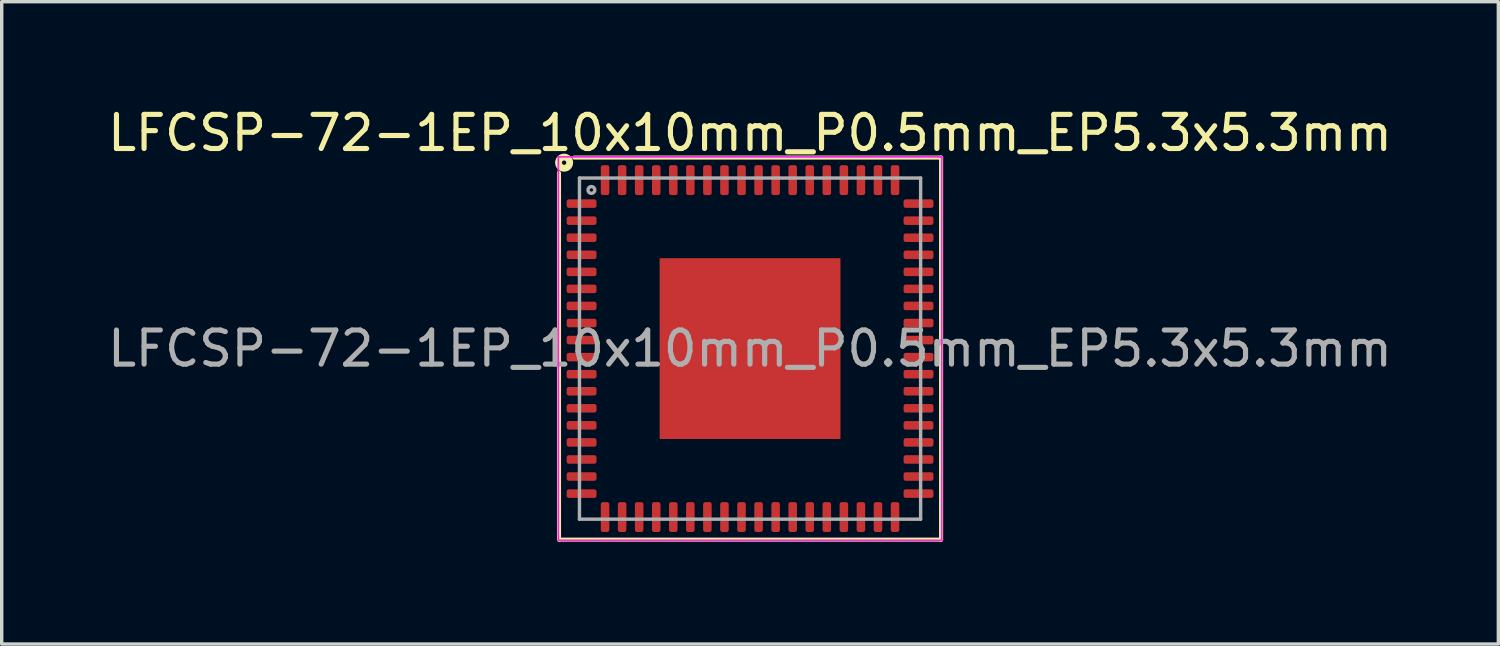
<source format=kicad_pcb>
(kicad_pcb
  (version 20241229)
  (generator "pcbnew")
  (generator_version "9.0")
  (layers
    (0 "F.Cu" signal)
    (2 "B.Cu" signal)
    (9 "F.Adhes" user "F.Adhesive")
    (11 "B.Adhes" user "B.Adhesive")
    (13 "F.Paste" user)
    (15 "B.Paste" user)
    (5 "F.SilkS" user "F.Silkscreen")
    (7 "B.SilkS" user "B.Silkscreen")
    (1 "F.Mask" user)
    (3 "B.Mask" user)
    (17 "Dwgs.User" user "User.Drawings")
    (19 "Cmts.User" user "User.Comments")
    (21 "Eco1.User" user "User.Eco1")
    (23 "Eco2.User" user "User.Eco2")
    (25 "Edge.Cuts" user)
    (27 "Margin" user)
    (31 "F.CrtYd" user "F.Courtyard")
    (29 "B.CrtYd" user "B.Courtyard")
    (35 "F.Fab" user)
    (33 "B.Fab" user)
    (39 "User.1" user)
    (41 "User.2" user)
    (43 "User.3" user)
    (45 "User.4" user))
  (footprint "LFCSP-72-1EP_10x10mm_P0.5mm_EP5.3x5.3mm"
    (layer "F.Cu")
    (at 18.935 7.168)
    (property "Reference" "LFCSP-72-1EP_10x10mm_P0.5mm_EP5.3x5.3mm" (at 0 -6.32 0) (layer "F.SilkS") (effects (font (size 1 1) (thickness 0.15))))
    (attr smd)
    (fp_line (start -5.6 5.6) (end -5.6 -5.15) (stroke (width 0.12) (type solid)) (layer "F.SilkS"))
    (fp_line (start 5.6 -5.6) (end -5.15 -5.6) (stroke (width 0.12) (type solid)) (layer "F.SilkS"))
    (fp_line (start 5.6 -5.6) (end 5.6 5.6) (stroke (width 0.12) (type solid)) (layer "F.SilkS"))
    (fp_line (start 5.6 5.6) (end -5.6 5.6) (stroke (width 0.12) (type solid)) (layer "F.SilkS"))
    (fp_circle (center -5.45 -5.45) (end -5.386 -5.45) (stroke (width 0.2) (type solid)) (fill no) (layer "F.SilkS"))
    (fp_line (start -5.62 -5.62) (end -5.62 5.62) (stroke (width 0.05) (type solid)) (layer "F.CrtYd"))
    (fp_line (start -5.62 5.62) (end 5.62 5.62) (stroke (width 0.05) (type solid)) (layer "F.CrtYd"))
    (fp_line (start 5.62 -5.62) (end -5.62 -5.62) (stroke (width 0.05) (type solid)) (layer "F.CrtYd"))
    (fp_line (start 5.62 5.62) (end 5.62 -5.62) (stroke (width 0.05) (type solid)) (layer "F.CrtYd"))
    (fp_line (start -5 -5) (end 5 -5) (stroke (width 0.1) (type solid)) (layer "F.Fab"))
    (fp_line (start -5 5) (end -5 -5) (stroke (width 0.1) (type solid)) (layer "F.Fab"))
    (fp_line (start 5 -5) (end 5 5) (stroke (width 0.1) (type solid)) (layer "F.Fab"))
    (fp_line (start 5 5) (end -5 5) (stroke (width 0.1) (type solid)) (layer "F.Fab"))
    (fp_circle (center -4.65 -4.65) (end -4.55 -4.65) (stroke (width 0.1) (type solid)) (fill no) (layer "F.Fab"))
    (fp_text user "${REFERENCE}" (at 0 0 0) (layer "F.Fab") (effects (font (size 1 1) (thickness 0.15))))
    (pad "" smd roundrect (at -1.77 -1.77) (size 1.42 1.42) (layers "F.Paste") (roundrect_rratio 0.176))
    (pad "" smd roundrect (at -1.77 0) (size 1.42 1.42) (layers "F.Paste") (roundrect_rratio 0.176))
    (pad "" smd roundrect (at -1.77 1.77) (size 1.42 1.42) (layers "F.Paste") (roundrect_rratio 0.176))
    (pad "" smd roundrect (at 0 -1.77) (size 1.42 1.42) (layers "F.Paste") (roundrect_rratio 0.176))
    (pad "" smd roundrect (at 0 0) (size 1.42 1.42) (layers "F.Paste") (roundrect_rratio 0.176))
    (pad "" smd roundrect (at 0 1.77) (size 1.42 1.42) (layers "F.Paste") (roundrect_rratio 0.176))
    (pad "" smd roundrect (at 1.77 -1.77) (size 1.42 1.42) (layers "F.Paste") (roundrect_rratio 0.176))
    (pad "" smd roundrect (at 1.77 0) (size 1.42 1.42) (layers "F.Paste") (roundrect_rratio 0.176))
    (pad "" smd roundrect (at 1.77 1.77) (size 1.42 1.42) (layers "F.Paste") (roundrect_rratio 0.176))
    (pad "1" smd roundrect (at -4.938 -4.25) (size 0.875 0.25) (layers "F.Cu" "F.Mask" "F.Paste") (roundrect_rratio 0.25))
    (pad "2" smd roundrect (at -4.938 -3.75) (size 0.875 0.25) (layers "F.Cu" "F.Mask" "F.Paste") (roundrect_rratio 0.25))
    (pad "3" smd roundrect (at -4.938 -3.25) (size 0.875 0.25) (layers "F.Cu" "F.Mask" "F.Paste") (roundrect_rratio 0.25))
    (pad "4" smd roundrect (at -4.938 -2.75) (size 0.875 0.25) (layers "F.Cu" "F.Mask" "F.Paste") (roundrect_rratio 0.25))
    (pad "5" smd roundrect (at -4.938 -2.25) (size 0.875 0.25) (layers "F.Cu" "F.Mask" "F.Paste") (roundrect_rratio 0.25))
    (pad "6" smd roundrect (at -4.938 -1.75) (size 0.875 0.25) (layers "F.Cu" "F.Mask" "F.Paste") (roundrect_rratio 0.25))
    (pad "7" smd roundrect (at -4.938 -1.25) (size 0.875 0.25) (layers "F.Cu" "F.Mask" "F.Paste") (roundrect_rratio 0.25))
    (pad "8" smd roundrect (at -4.938 -0.75) (size 0.875 0.25) (layers "F.Cu" "F.Mask" "F.Paste") (roundrect_rratio 0.25))
    (pad "9" smd roundrect (at -4.938 -0.25) (size 0.875 0.25) (layers "F.Cu" "F.Mask" "F.Paste") (roundrect_rratio 0.25))
    (pad "10" smd roundrect (at -4.938 0.25) (size 0.875 0.25) (layers "F.Cu" "F.Mask" "F.Paste") (roundrect_rratio 0.25))
    (pad "11" smd roundrect (at -4.938 0.75) (size 0.875 0.25) (layers "F.Cu" "F.Mask" "F.Paste") (roundrect_rratio 0.25))
    (pad "12" smd roundrect (at -4.938 1.25) (size 0.875 0.25) (layers "F.Cu" "F.Mask" "F.Paste") (roundrect_rratio 0.25))
    (pad "13" smd roundrect (at -4.938 1.75) (size 0.875 0.25) (layers "F.Cu" "F.Mask" "F.Paste") (roundrect_rratio 0.25))
    (pad "14" smd roundrect (at -4.938 2.25) (size 0.875 0.25) (layers "F.Cu" "F.Mask" "F.Paste") (roundrect_rratio 0.25))
    (pad "15" smd roundrect (at -4.938 2.75) (size 0.875 0.25) (layers "F.Cu" "F.Mask" "F.Paste") (roundrect_rratio 0.25))
    (pad "16" smd roundrect (at -4.938 3.25) (size 0.875 0.25) (layers "F.Cu" "F.Mask" "F.Paste") (roundrect_rratio 0.25))
    (pad "17" smd roundrect (at -4.938 3.75) (size 0.875 0.25) (layers "F.Cu" "F.Mask" "F.Paste") (roundrect_rratio 0.25))
    (pad "18" smd roundrect (at -4.938 4.25) (size 0.875 0.25) (layers "F.Cu" "F.Mask" "F.Paste") (roundrect_rratio 0.25))
    (pad "19" smd roundrect (at -4.25 4.938) (size 0.25 0.875) (layers "F.Cu" "F.Mask" "F.Paste") (roundrect_rratio 0.25))
    (pad "20" smd roundrect (at -3.75 4.938) (size 0.25 0.875) (layers "F.Cu" "F.Mask" "F.Paste") (roundrect_rratio 0.25))
    (pad "21" smd roundrect (at -3.25 4.938) (size 0.25 0.875) (layers "F.Cu" "F.Mask" "F.Paste") (roundrect_rratio 0.25))
    (pad "22" smd roundrect (at -2.75 4.938) (size 0.25 0.875) (layers "F.Cu" "F.Mask" "F.Paste") (roundrect_rratio 0.25))
    (pad "23" smd roundrect (at -2.25 4.938) (size 0.25 0.875) (layers "F.Cu" "F.Mask" "F.Paste") (roundrect_rratio 0.25))
    (pad "24" smd roundrect (at -1.75 4.938) (size 0.25 0.875) (layers "F.Cu" "F.Mask" "F.Paste") (roundrect_rratio 0.25))
    (pad "25" smd roundrect (at -1.25 4.938) (size 0.25 0.875) (layers "F.Cu" "F.Mask" "F.Paste") (roundrect_rratio 0.25))
    (pad "26" smd roundrect (at -0.75 4.938) (size 0.25 0.875) (layers "F.Cu" "F.Mask" "F.Paste") (roundrect_rratio 0.25))
    (pad "27" smd roundrect (at -0.25 4.938) (size 0.25 0.875) (layers "F.Cu" "F.Mask" "F.Paste") (roundrect_rratio 0.25))
    (pad "28" smd roundrect (at 0.25 4.938) (size 0.25 0.875) (layers "F.Cu" "F.Mask" "F.Paste") (roundrect_rratio 0.25))
    (pad "29" smd roundrect (at 0.75 4.938) (size 0.25 0.875) (layers "F.Cu" "F.Mask" "F.Paste") (roundrect_rratio 0.25))
    (pad "30" smd roundrect (at 1.25 4.938) (size 0.25 0.875) (layers "F.Cu" "F.Mask" "F.Paste") (roundrect_rratio 0.25))
    (pad "31" smd roundrect (at 1.75 4.938) (size 0.25 0.875) (layers "F.Cu" "F.Mask" "F.Paste") (roundrect_rratio 0.25))
    (pad "32" smd roundrect (at 2.25 4.938) (size 0.25 0.875) (layers "F.Cu" "F.Mask" "F.Paste") (roundrect_rratio 0.25))
    (pad "33" smd roundrect (at 2.75 4.938) (size 0.25 0.875) (layers "F.Cu" "F.Mask" "F.Paste") (roundrect_rratio 0.25))
    (pad "34" smd roundrect (at 3.25 4.938) (size 0.25 0.875) (layers "F.Cu" "F.Mask" "F.Paste") (roundrect_rratio 0.25))
    (pad "35" smd roundrect (at 3.75 4.938) (size 0.25 0.875) (layers "F.Cu" "F.Mask" "F.Paste") (roundrect_rratio 0.25))
    (pad "36" smd roundrect (at 4.25 4.938) (size 0.25 0.875) (layers "F.Cu" "F.Mask" "F.Paste") (roundrect_rratio 0.25))
    (pad "37" smd roundrect (at 4.938 4.25) (size 0.875 0.25) (layers "F.Cu" "F.Mask" "F.Paste") (roundrect_rratio 0.25))
    (pad "38" smd roundrect (at 4.938 3.75) (size 0.875 0.25) (layers "F.Cu" "F.Mask" "F.Paste") (roundrect_rratio 0.25))
    (pad "39" smd roundrect (at 4.938 3.25) (size 0.875 0.25) (layers "F.Cu" "F.Mask" "F.Paste") (roundrect_rratio 0.25))
    (pad "40" smd roundrect (at 4.938 2.75) (size 0.875 0.25) (layers "F.Cu" "F.Mask" "F.Paste") (roundrect_rratio 0.25))
    (pad "41" smd roundrect (at 4.938 2.25) (size 0.875 0.25) (layers "F.Cu" "F.Mask" "F.Paste") (roundrect_rratio 0.25))
    (pad "42" smd roundrect (at 4.938 1.75) (size 0.875 0.25) (layers "F.Cu" "F.Mask" "F.Paste") (roundrect_rratio 0.25))
    (pad "43" smd roundrect (at 4.938 1.25) (size 0.875 0.25) (layers "F.Cu" "F.Mask" "F.Paste") (roundrect_rratio 0.25))
    (pad "44" smd roundrect (at 4.938 0.75) (size 0.875 0.25) (layers "F.Cu" "F.Mask" "F.Paste") (roundrect_rratio 0.25))
    (pad "45" smd roundrect (at 4.938 0.25) (size 0.875 0.25) (layers "F.Cu" "F.Mask" "F.Paste") (roundrect_rratio 0.25))
    (pad "46" smd roundrect (at 4.938 -0.25) (size 0.875 0.25) (layers "F.Cu" "F.Mask" "F.Paste") (roundrect_rratio 0.25))
    (pad "47" smd roundrect (at 4.938 -0.75) (size 0.875 0.25) (layers "F.Cu" "F.Mask" "F.Paste") (roundrect_rratio 0.25))
    (pad "48" smd roundrect (at 4.938 -1.25) (size 0.875 0.25) (layers "F.Cu" "F.Mask" "F.Paste") (roundrect_rratio 0.25))
    (pad "49" smd roundrect (at 4.938 -1.75) (size 0.875 0.25) (layers "F.Cu" "F.Mask" "F.Paste") (roundrect_rratio 0.25))
    (pad "50" smd roundrect (at 4.938 -2.25) (size 0.875 0.25) (layers "F.Cu" "F.Mask" "F.Paste") (roundrect_rratio 0.25))
    (pad "51" smd roundrect (at 4.938 -2.75) (size 0.875 0.25) (layers "F.Cu" "F.Mask" "F.Paste") (roundrect_rratio 0.25))
    (pad "52" smd roundrect (at 4.938 -3.25) (size 0.875 0.25) (layers "F.Cu" "F.Mask" "F.Paste") (roundrect_rratio 0.25))
    (pad "53" smd roundrect (at 4.938 -3.75) (size 0.875 0.25) (layers "F.Cu" "F.Mask" "F.Paste") (roundrect_rratio 0.25))
    (pad "54" smd roundrect (at 4.938 -4.25) (size 0.875 0.25) (layers "F.Cu" "F.Mask" "F.Paste") (roundrect_rratio 0.25))
    (pad "55" smd roundrect (at 4.25 -4.938) (size 0.25 0.875) (layers "F.Cu" "F.Mask" "F.Paste") (roundrect_rratio 0.25))
    (pad "56" smd roundrect (at 3.75 -4.938) (size 0.25 0.875) (layers "F.Cu" "F.Mask" "F.Paste") (roundrect_rratio 0.25))
    (pad "57" smd roundrect (at 3.25 -4.938) (size 0.25 0.875) (layers "F.Cu" "F.Mask" "F.Paste") (roundrect_rratio 0.25))
    (pad "58" smd roundrect (at 2.75 -4.938) (size 0.25 0.875) (layers "F.Cu" "F.Mask" "F.Paste") (roundrect_rratio 0.25))
    (pad "59" smd roundrect (at 2.25 -4.938) (size 0.25 0.875) (layers "F.Cu" "F.Mask" "F.Paste") (roundrect_rratio 0.25))
    (pad "60" smd roundrect (at 1.75 -4.938) (size 0.25 0.875) (layers "F.Cu" "F.Mask" "F.Paste") (roundrect_rratio 0.25))
    (pad "61" smd roundrect (at 1.25 -4.938) (size 0.25 0.875) (layers "F.Cu" "F.Mask" "F.Paste") (roundrect_rratio 0.25))
    (pad "62" smd roundrect (at 0.75 -4.938) (size 0.25 0.875) (layers "F.Cu" "F.Mask" "F.Paste") (roundrect_rratio 0.25))
    (pad "63" smd roundrect (at 0.25 -4.938) (size 0.25 0.875) (layers "F.Cu" "F.Mask" "F.Paste") (roundrect_rratio 0.25))
    (pad "64" smd roundrect (at -0.25 -4.938) (size 0.25 0.875) (layers "F.Cu" "F.Mask" "F.Paste") (roundrect_rratio 0.25))
    (pad "65" smd roundrect (at -0.75 -4.938) (size 0.25 0.875) (layers "F.Cu" "F.Mask" "F.Paste") (roundrect_rratio 0.25))
    (pad "66" smd roundrect (at -1.25 -4.938) (size 0.25 0.875) (layers "F.Cu" "F.Mask" "F.Paste") (roundrect_rratio 0.25))
    (pad "67" smd roundrect (at -1.75 -4.938) (size 0.25 0.875) (layers "F.Cu" "F.Mask" "F.Paste") (roundrect_rratio 0.25))
    (pad "68" smd roundrect (at -2.25 -4.938) (size 0.25 0.875) (layers "F.Cu" "F.Mask" "F.Paste") (roundrect_rratio 0.25))
    (pad "69" smd roundrect (at -2.75 -4.938) (size 0.25 0.875) (layers "F.Cu" "F.Mask" "F.Paste") (roundrect_rratio 0.25))
    (pad "70" smd roundrect (at -3.25 -4.938) (size 0.25 0.875) (layers "F.Cu" "F.Mask" "F.Paste") (roundrect_rratio 0.25))
    (pad "71" smd roundrect (at -3.75 -4.938) (size 0.25 0.875) (layers "F.Cu" "F.Mask" "F.Paste") (roundrect_rratio 0.25))
    (pad "72" smd roundrect (at -4.25 -4.938) (size 0.25 0.875) (layers "F.Cu" "F.Mask" "F.Paste") (roundrect_rratio 0.25))
    (pad "73" smd rect (at 0 0) (size 5.3 5.3) (layers "F.Cu" "F.Mask")))
  (gr_rect
    (start -3 -3)
    (end 40.869 15.828)
    (stroke (width 0.1) (type default))
    (fill no)
    (layer "Edge.Cuts")))
</source>
